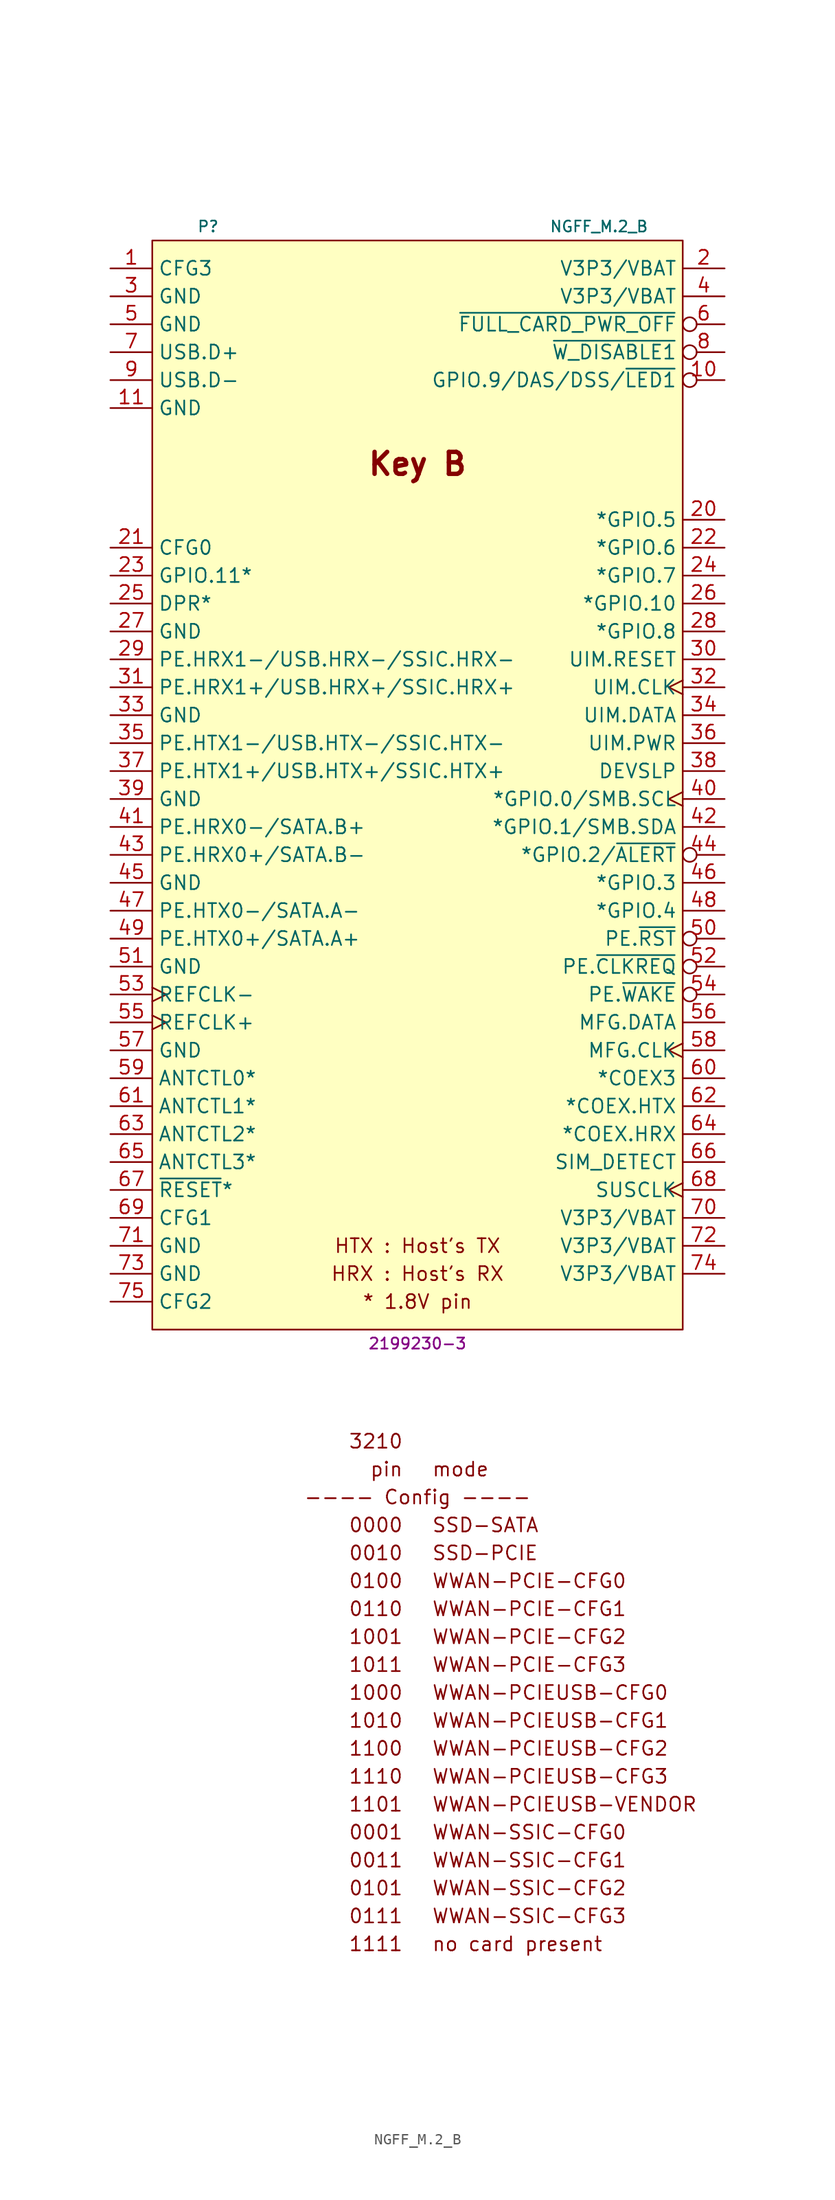
<source format=kicad_sym>
(kicad_symbol_lib
  (version 20231120)
  (generator "kicad_symbol_editor")
  (generator_version "8.0")
  (symbol "NGFF_M.2_B"
    (property "Reference" "P"
      (at -19.05 52.07 0)
      (effects (font (size 1 1))))
    (property "Value" "NGFF_M.2_B"
      (at 16.51 52.07 0)
      (effects (font (size 1 1))))
    (property "MPN" "2199230-3"
      (at 0 -49.53 0)
      (effects (font (size 1 1))))
    (symbol "NGFF_M.2_B_0_0"
      (text "* 1.8V pin" (at 0 -45.72 0) (effects (font (size 1.27 1.27))))
      (text "---- Config ----" (at 0 -63.5 0) (effects (font (size 1.27 1.27))))
      (text "0000" (at -1.27 -66.04 0) (effects (font (size 1.27 1.27)) (justify right)))
      (text "0001" (at -1.27 -93.98 0) (effects (font (size 1.27 1.27)) (justify right)))
      (text "0010" (at -1.27 -68.58 0) (effects (font (size 1.27 1.27)) (justify right)))
      (text "0011" (at -1.27 -96.52 0) (effects (font (size 1.27 1.27)) (justify right)))
      (text "0100" (at -1.27 -71.12 0) (effects (font (size 1.27 1.27)) (justify right)))
      (text "0101" (at -1.27 -99.06 0) (effects (font (size 1.27 1.27)) (justify right)))
      (text "0110" (at -1.27 -73.66 0) (effects (font (size 1.27 1.27)) (justify right)))
      (text "0111" (at -1.27 -101.6 0) (effects (font (size 1.27 1.27)) (justify right)))
      (text "1000" (at -1.27 -81.28 0) (effects (font (size 1.27 1.27)) (justify right)))
      (text "1001" (at -1.27 -76.2 0) (effects (font (size 1.27 1.27)) (justify right)))
      (text "1010" (at -1.27 -83.82 0) (effects (font (size 1.27 1.27)) (justify right)))
      (text "1011" (at -1.27 -78.74 0) (effects (font (size 1.27 1.27)) (justify right)))
      (text "1100" (at -1.27 -86.36 0) (effects (font (size 1.27 1.27)) (justify right)))
      (text "1101" (at -1.27 -91.44 0) (effects (font (size 1.27 1.27)) (justify right)))
      (text "1110" (at -1.27 -88.9 0) (effects (font (size 1.27 1.27)) (justify right)))
      (text "1111" (at -1.27 -104.14 0) (effects (font (size 1.27 1.27)) (justify right)))
      (text "3210" (at -1.27 -58.42 0) (effects (font (size 1.27 1.27)) (justify right)))
      (text "HRX : Host's RX" (at 0 -43.18 0) (effects (font (size 1.27 1.27))))
      (text "HTX : Host's TX" (at 0 -40.64 0) (effects (font (size 1.27 1.27))))
      (text "Key B" (at 0 30.48 0) (effects (font (size 2 2) (bold yes))))
      (text "mode" (at 1.27 -60.96 0) (effects (font (size 1.27 1.27)) (justify left)))
      (text "no card present" (at 1.27 -104.14 0) (effects (font (size 1.27 1.27)) (justify left)))
      (text "pin" (at -1.27 -60.96 0) (effects (font (size 1.27 1.27)) (justify right)))
      (text "SSD-PCIE" (at 1.27 -68.58 0) (effects (font (size 1.27 1.27)) (justify left)))
      (text "SSD-SATA" (at 1.27 -66.04 0) (effects (font (size 1.27 1.27)) (justify left)))
      (text "WWAN-PCIE-CFG0" (at 1.27 -71.12 0) (effects (font (size 1.27 1.27)) (justify left)))
      (text "WWAN-PCIE-CFG1" (at 1.27 -73.66 0) (effects (font (size 1.27 1.27)) (justify left)))
      (text "WWAN-PCIE-CFG2" (at 1.27 -76.2 0) (effects (font (size 1.27 1.27)) (justify left)))
      (text "WWAN-PCIE-CFG3" (at 1.27 -78.74 0) (effects (font (size 1.27 1.27)) (justify left)))
      (text "WWAN-PCIEUSB-CFG0" (at 1.27 -81.28 0) (effects (font (size 1.27 1.27)) (justify left)))
      (text "WWAN-PCIEUSB-CFG1" (at 1.27 -83.82 0) (effects (font (size 1.27 1.27)) (justify left)))
      (text "WWAN-PCIEUSB-CFG2" (at 1.27 -86.36 0) (effects (font (size 1.27 1.27)) (justify left)))
      (text "WWAN-PCIEUSB-CFG3" (at 1.27 -88.9 0) (effects (font (size 1.27 1.27)) (justify left)))
      (text "WWAN-PCIEUSB-VENDOR" (at 1.27 -91.44 0) (effects (font (size 1.27 1.27)) (justify left)))
      (text "WWAN-SSIC-CFG0" (at 1.27 -93.98 0) (effects (font (size 1.27 1.27)) (justify left)))
      (text "WWAN-SSIC-CFG1" (at 1.27 -96.52 0) (effects (font (size 1.27 1.27)) (justify left)))
      (text "WWAN-SSIC-CFG2" (at 1.27 -99.06 0) (effects (font (size 1.27 1.27)) (justify left)))
      (text "WWAN-SSIC-CFG3" (at 1.27 -101.6 0) (effects (font (size 1.27 1.27)) (justify left))))
    (symbol "NGFF_M.2_B_1_1"
      (rectangle (start -24.13 50.8) (end 24.13 -48.26) (stroke (width 0.152) (type default)) (fill (type background)))
      (pin passive line (at -27.94 48.26 0) (length 3.81) (name "CFG3" (effects (font (size 1.27 1.27)))) (number "1" (effects (font (size 1.27 1.27)))))
      (pin bidirectional inverted (at 27.94 38.1 180) (length 3.81) (name "GPIO.9/DAS/DSS/~{LED1}" (effects (font (size 1.27 1.27)))) (number "10" (effects (font (size 1.27 1.27)))))
      (pin power_in line (at -27.94 35.56 0) (length 3.81) (name "GND" (effects (font (size 1.27 1.27)))) (number "11" (effects (font (size 1.27 1.27)))))
      (pin power_in line (at 27.94 48.26 180) (length 3.81) (name "V3P3/VBAT" (effects (font (size 1.27 1.27)))) (number "2" (effects (font (size 1.27 1.27)))))
      (pin bidirectional line (at 27.94 25.4 180) (length 3.81) (name "*GPIO.5" (effects (font (size 1.27 1.27)))) (number "20" (effects (font (size 1.27 1.27)))))
      (pin passive line (at -27.94 22.86 0) (length 3.81) (name "CFG0" (effects (font (size 1.27 1.27)))) (number "21" (effects (font (size 1.27 1.27)))))
      (pin bidirectional line (at 27.94 22.86 180) (length 3.81) (name "*GPIO.6" (effects (font (size 1.27 1.27)))) (number "22" (effects (font (size 1.27 1.27)))))
      (pin bidirectional line (at -27.94 20.32 0) (length 3.81) (name "GPIO.11*" (effects (font (size 1.27 1.27)))) (number "23" (effects (font (size 1.27 1.27)))))
      (pin bidirectional line (at 27.94 20.32 180) (length 3.81) (name "*GPIO.7" (effects (font (size 1.27 1.27)))) (number "24" (effects (font (size 1.27 1.27)))))
      (pin bidirectional line (at -27.94 17.78 0) (length 3.81) (name "DPR*" (effects (font (size 1.27 1.27)))) (number "25" (effects (font (size 1.27 1.27)))))
      (pin bidirectional line (at 27.94 17.78 180) (length 3.81) (name "*GPIO.10" (effects (font (size 1.27 1.27)))) (number "26" (effects (font (size 1.27 1.27)))))
      (pin power_in line (at -27.94 15.24 0) (length 3.81) (name "GND" (effects (font (size 1.27 1.27)))) (number "27" (effects (font (size 1.27 1.27)))))
      (pin bidirectional line (at 27.94 15.24 180) (length 3.81) (name "*GPIO.8" (effects (font (size 1.27 1.27)))) (number "28" (effects (font (size 1.27 1.27)))))
      (pin bidirectional line (at -27.94 12.7 0) (length 3.81) (name "PE.HRX1-/USB.HRX-/SSIC.HRX-" (effects (font (size 1.27 1.27)))) (number "29" (effects (font (size 1.27 1.27)))))
      (pin power_in line (at -27.94 45.72 0) (length 3.81) (name "GND" (effects (font (size 1.27 1.27)))) (number "3" (effects (font (size 1.27 1.27)))))
      (pin bidirectional line (at 27.94 12.7 180) (length 3.81) (name "UIM.RESET" (effects (font (size 1.27 1.27)))) (number "30" (effects (font (size 1.27 1.27)))))
      (pin bidirectional line (at -27.94 10.16 0) (length 3.81) (name "PE.HRX1+/USB.HRX+/SSIC.HRX+" (effects (font (size 1.27 1.27)))) (number "31" (effects (font (size 1.27 1.27)))))
      (pin bidirectional clock (at 27.94 10.16 180) (length 3.81) (name "UIM.CLK" (effects (font (size 1.27 1.27)))) (number "32" (effects (font (size 1.27 1.27)))))
      (pin power_in line (at -27.94 7.62 0) (length 3.81) (name "GND" (effects (font (size 1.27 1.27)))) (number "33" (effects (font (size 1.27 1.27)))))
      (pin bidirectional line (at 27.94 7.62 180) (length 3.81) (name "UIM.DATA" (effects (font (size 1.27 1.27)))) (number "34" (effects (font (size 1.27 1.27)))))
      (pin bidirectional line (at -27.94 5.08 0) (length 3.81) (name "PE.HTX1-/USB.HTX-/SSIC.HTX-" (effects (font (size 1.27 1.27)))) (number "35" (effects (font (size 1.27 1.27)))))
      (pin bidirectional line (at 27.94 5.08 180) (length 3.81) (name "UIM.PWR" (effects (font (size 1.27 1.27)))) (number "36" (effects (font (size 1.27 1.27)))))
      (pin bidirectional line (at -27.94 2.54 0) (length 3.81) (name "PE.HTX1+/USB.HTX+/SSIC.HTX+" (effects (font (size 1.27 1.27)))) (number "37" (effects (font (size 1.27 1.27)))))
      (pin bidirectional line (at 27.94 2.54 180) (length 3.81) (name "DEVSLP" (effects (font (size 1.27 1.27)))) (number "38" (effects (font (size 1.27 1.27)))))
      (pin power_in line (at -27.94 0 0) (length 3.81) (name "GND" (effects (font (size 1.27 1.27)))) (number "39" (effects (font (size 1.27 1.27)))))
      (pin power_in line (at 27.94 45.72 180) (length 3.81) (name "V3P3/VBAT" (effects (font (size 1.27 1.27)))) (number "4" (effects (font (size 1.27 1.27)))))
      (pin bidirectional clock (at 27.94 0 180) (length 3.81) (name "*GPIO.0/SMB.SCL" (effects (font (size 1.27 1.27)))) (number "40" (effects (font (size 1.27 1.27)))))
      (pin bidirectional line (at -27.94 -2.54 0) (length 3.81) (name "PE.HRX0-/SATA.B+" (effects (font (size 1.27 1.27)))) (number "41" (effects (font (size 1.27 1.27)))))
      (pin bidirectional line (at 27.94 -2.54 180) (length 3.81) (name "*GPIO.1/SMB.SDA" (effects (font (size 1.27 1.27)))) (number "42" (effects (font (size 1.27 1.27)))))
      (pin bidirectional line (at -27.94 -5.08 0) (length 3.81) (name "PE.HRX0+/SATA.B-" (effects (font (size 1.27 1.27)))) (number "43" (effects (font (size 1.27 1.27)))))
      (pin bidirectional inverted (at 27.94 -5.08 180) (length 3.81) (name "*GPIO.2/~{ALERT}" (effects (font (size 1.27 1.27)))) (number "44" (effects (font (size 1.27 1.27)))))
      (pin power_in line (at -27.94 -7.62 0) (length 3.81) (name "GND" (effects (font (size 1.27 1.27)))) (number "45" (effects (font (size 1.27 1.27)))))
      (pin bidirectional line (at 27.94 -7.62 180) (length 3.81) (name "*GPIO.3" (effects (font (size 1.27 1.27)))) (number "46" (effects (font (size 1.27 1.27)))))
      (pin bidirectional line (at -27.94 -10.16 0) (length 3.81) (name "PE.HTX0-/SATA.A-" (effects (font (size 1.27 1.27)))) (number "47" (effects (font (size 1.27 1.27)))))
      (pin bidirectional line (at 27.94 -10.16 180) (length 3.81) (name "*GPIO.4" (effects (font (size 1.27 1.27)))) (number "48" (effects (font (size 1.27 1.27)))))
      (pin bidirectional line (at -27.94 -12.7 0) (length 3.81) (name "PE.HTX0+/SATA.A+" (effects (font (size 1.27 1.27)))) (number "49" (effects (font (size 1.27 1.27)))))
      (pin power_in line (at -27.94 43.18 0) (length 3.81) (name "GND" (effects (font (size 1.27 1.27)))) (number "5" (effects (font (size 1.27 1.27)))))
      (pin bidirectional inverted (at 27.94 -12.7 180) (length 3.81) (name "PE.~{RST}" (effects (font (size 1.27 1.27)))) (number "50" (effects (font (size 1.27 1.27)))))
      (pin power_in line (at -27.94 -15.24 0) (length 3.81) (name "GND" (effects (font (size 1.27 1.27)))) (number "51" (effects (font (size 1.27 1.27)))))
      (pin bidirectional inverted (at 27.94 -15.24 180) (length 3.81) (name "PE.~{CLKREQ}" (effects (font (size 1.27 1.27)))) (number "52" (effects (font (size 1.27 1.27)))))
      (pin bidirectional clock (at -27.94 -17.78 0) (length 3.81) (name "REFCLK-" (effects (font (size 1.27 1.27)))) (number "53" (effects (font (size 1.27 1.27)))))
      (pin bidirectional inverted (at 27.94 -17.78 180) (length 3.81) (name "PE.~{WAKE}" (effects (font (size 1.27 1.27)))) (number "54" (effects (font (size 1.27 1.27)))))
      (pin bidirectional clock (at -27.94 -20.32 0) (length 3.81) (name "REFCLK+" (effects (font (size 1.27 1.27)))) (number "55" (effects (font (size 1.27 1.27)))))
      (pin bidirectional line (at 27.94 -20.32 180) (length 3.81) (name "MFG.DATA" (effects (font (size 1.27 1.27)))) (number "56" (effects (font (size 1.27 1.27)))))
      (pin power_in line (at -27.94 -22.86 0) (length 3.81) (name "GND" (effects (font (size 1.27 1.27)))) (number "57" (effects (font (size 1.27 1.27)))))
      (pin bidirectional clock (at 27.94 -22.86 180) (length 3.81) (name "MFG.CLK" (effects (font (size 1.27 1.27)))) (number "58" (effects (font (size 1.27 1.27)))))
      (pin bidirectional line (at -27.94 -25.4 0) (length 3.81) (name "ANTCTL0*" (effects (font (size 1.27 1.27)))) (number "59" (effects (font (size 1.27 1.27)))))
      (pin bidirectional inverted (at 27.94 43.18 180) (length 3.81) (name "~{FULL_CARD_PWR_OFF}" (effects (font (size 1.27 1.27)))) (number "6" (effects (font (size 1.27 1.27)))))
      (pin bidirectional line (at 27.94 -25.4 180) (length 3.81) (name "*COEX3" (effects (font (size 1.27 1.27)))) (number "60" (effects (font (size 1.27 1.27)))))
      (pin bidirectional line (at -27.94 -27.94 0) (length 3.81) (name "ANTCTL1*" (effects (font (size 1.27 1.27)))) (number "61" (effects (font (size 1.27 1.27)))))
      (pin bidirectional line (at 27.94 -27.94 180) (length 3.81) (name "*COEX.HTX" (effects (font (size 1.27 1.27)))) (number "62" (effects (font (size 1.27 1.27)))))
      (pin bidirectional line (at -27.94 -30.48 0) (length 3.81) (name "ANTCTL2*" (effects (font (size 1.27 1.27)))) (number "63" (effects (font (size 1.27 1.27)))))
      (pin bidirectional line (at 27.94 -30.48 180) (length 3.81) (name "*COEX.HRX" (effects (font (size 1.27 1.27)))) (number "64" (effects (font (size 1.27 1.27)))))
      (pin bidirectional line (at -27.94 -33.02 0) (length 3.81) (name "ANTCTL3*" (effects (font (size 1.27 1.27)))) (number "65" (effects (font (size 1.27 1.27)))))
      (pin bidirectional line (at 27.94 -33.02 180) (length 3.81) (name "SIM_DETECT" (effects (font (size 1.27 1.27)))) (number "66" (effects (font (size 1.27 1.27)))))
      (pin bidirectional line (at -27.94 -35.56 0) (length 3.81) (name "~{RESET}*" (effects (font (size 1.27 1.27)))) (number "67" (effects (font (size 1.27 1.27)))))
      (pin bidirectional clock (at 27.94 -35.56 180) (length 3.81) (name "SUSCLK" (effects (font (size 1.27 1.27)))) (number "68" (effects (font (size 1.27 1.27)))))
      (pin passive line (at -27.94 -38.1 0) (length 3.81) (name "CFG1" (effects (font (size 1.27 1.27)))) (number "69" (effects (font (size 1.27 1.27)))))
      (pin bidirectional line (at -27.94 40.64 0) (length 3.81) (name "USB.D+" (effects (font (size 1.27 1.27)))) (number "7" (effects (font (size 1.27 1.27)))))
      (pin power_in line (at 27.94 -38.1 180) (length 3.81) (name "V3P3/VBAT" (effects (font (size 1.27 1.27)))) (number "70" (effects (font (size 1.27 1.27)))))
      (pin power_in line (at -27.94 -40.64 0) (length 3.81) (name "GND" (effects (font (size 1.27 1.27)))) (number "71" (effects (font (size 1.27 1.27)))))
      (pin power_in line (at 27.94 -40.64 180) (length 3.81) (name "V3P3/VBAT" (effects (font (size 1.27 1.27)))) (number "72" (effects (font (size 1.27 1.27)))))
      (pin power_in line (at -27.94 -43.18 0) (length 3.81) (name "GND" (effects (font (size 1.27 1.27)))) (number "73" (effects (font (size 1.27 1.27)))))
      (pin power_in line (at 27.94 -43.18 180) (length 3.81) (name "V3P3/VBAT" (effects (font (size 1.27 1.27)))) (number "74" (effects (font (size 1.27 1.27)))))
      (pin passive line (at -27.94 -45.72 0) (length 3.81) (name "CFG2" (effects (font (size 1.27 1.27)))) (number "75" (effects (font (size 1.27 1.27)))))
      (pin bidirectional inverted (at 27.94 40.64 180) (length 3.81) (name "~{W_DISABLE1}" (effects (font (size 1.27 1.27)))) (number "8" (effects (font (size 1.27 1.27)))))
      (pin bidirectional line (at -27.94 38.1 0) (length 3.81) (name "USB.D-" (effects (font (size 1.27 1.27)))) (number "9" (effects (font (size 1.27 1.27))))))))
</source>
